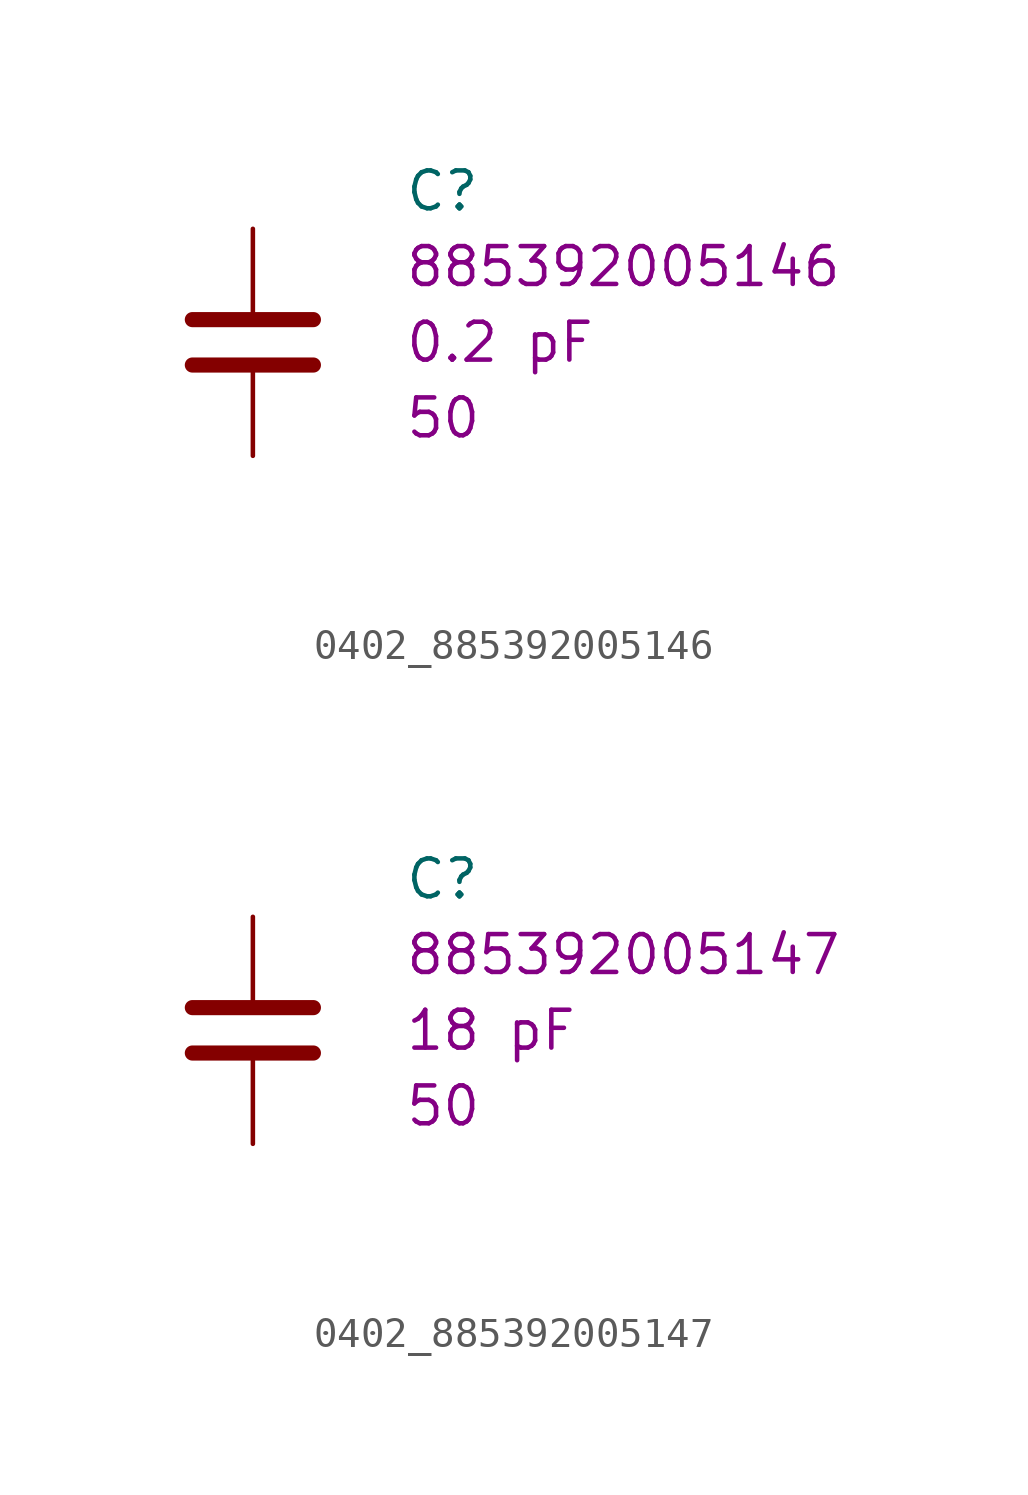
<source format=kicad_sym>
(kicad_symbol_lib
  (version 20220914)
  (generator kicad_symbol_editor)
  (symbol "0402_885392005146"
    (pin_numbers hide)
    (pin_names hide)
    (property "Reference" "C"
      (at 5.08 5.08 0)
      (effects (font (size 1.27 1.27)) (justify left)))
    (property "Part Number" "885392005146"
      (at 5.08 2.54 0)
      (effects (font (size 1.27 1.27)) (justify left)))
    (property "Capacitance" "0.2 pF"
      (at 5.08 0 0)
      (effects (font (size 1.27 1.27)) (justify left)))
    (property "Voltage" "50"
      (at 5.08 -2.54 0)
      (effects (font (size 1.27 1.27)) (justify left)))
    (property "Critical Parameter" ""
      (at 0 -7.62 0)
      (effects (font (size 1.27 1.27))))
    (symbol "0402_885392005146_0_1"
      (polyline (pts (xy -2.032 -0.762) (xy 2.032 -0.762)) (stroke (width 0.508) (type default)) (fill (type none)))
      (polyline (pts (xy -2.032 0.762) (xy 2.032 0.762)) (stroke (width 0.508) (type default)) (fill (type none))))
    (symbol "0402_885392005146_1_1"
      (pin passive line (at 0 3.81 270) (length 2.794) (name "1" (effects (font (size 1.27 1.27)))) (number "1" (effects (font (size 1.27 1.27)))))
      (pin passive line (at 0 -3.81 90) (length 2.794) (name "2" (effects (font (size 1.27 1.27)))) (number "2" (effects (font (size 1.27 1.27)))))))
  (symbol "0402_885392005147"
    (pin_numbers hide)
    (pin_names hide)
    (property "Reference" "C"
      (at 5.08 5.08 0)
      (effects (font (size 1.27 1.27)) (justify left)))
    (property "Part Number" "885392005147"
      (at 5.08 2.54 0)
      (effects (font (size 1.27 1.27)) (justify left)))
    (property "Capacitance" "18 pF"
      (at 5.08 0 0)
      (effects (font (size 1.27 1.27)) (justify left)))
    (property "Voltage" "50"
      (at 5.08 -2.54 0)
      (effects (font (size 1.27 1.27)) (justify left)))
    (property "Critical Parameter" ""
      (at 0 -7.62 0)
      (effects (font (size 1.27 1.27))))
    (symbol "0402_885392005147_0_1"
      (polyline (pts (xy -2.032 -0.762) (xy 2.032 -0.762)) (stroke (width 0.508) (type default)) (fill (type none)))
      (polyline (pts (xy -2.032 0.762) (xy 2.032 0.762)) (stroke (width 0.508) (type default)) (fill (type none))))
    (symbol "0402_885392005147_1_1"
      (pin passive line (at 0 3.81 270) (length 2.794) (name "1" (effects (font (size 1.27 1.27)))) (number "1" (effects (font (size 1.27 1.27)))))
      (pin passive line (at 0 -3.81 90) (length 2.794) (name "2" (effects (font (size 1.27 1.27)))) (number "2" (effects (font (size 1.27 1.27))))))))
</source>
